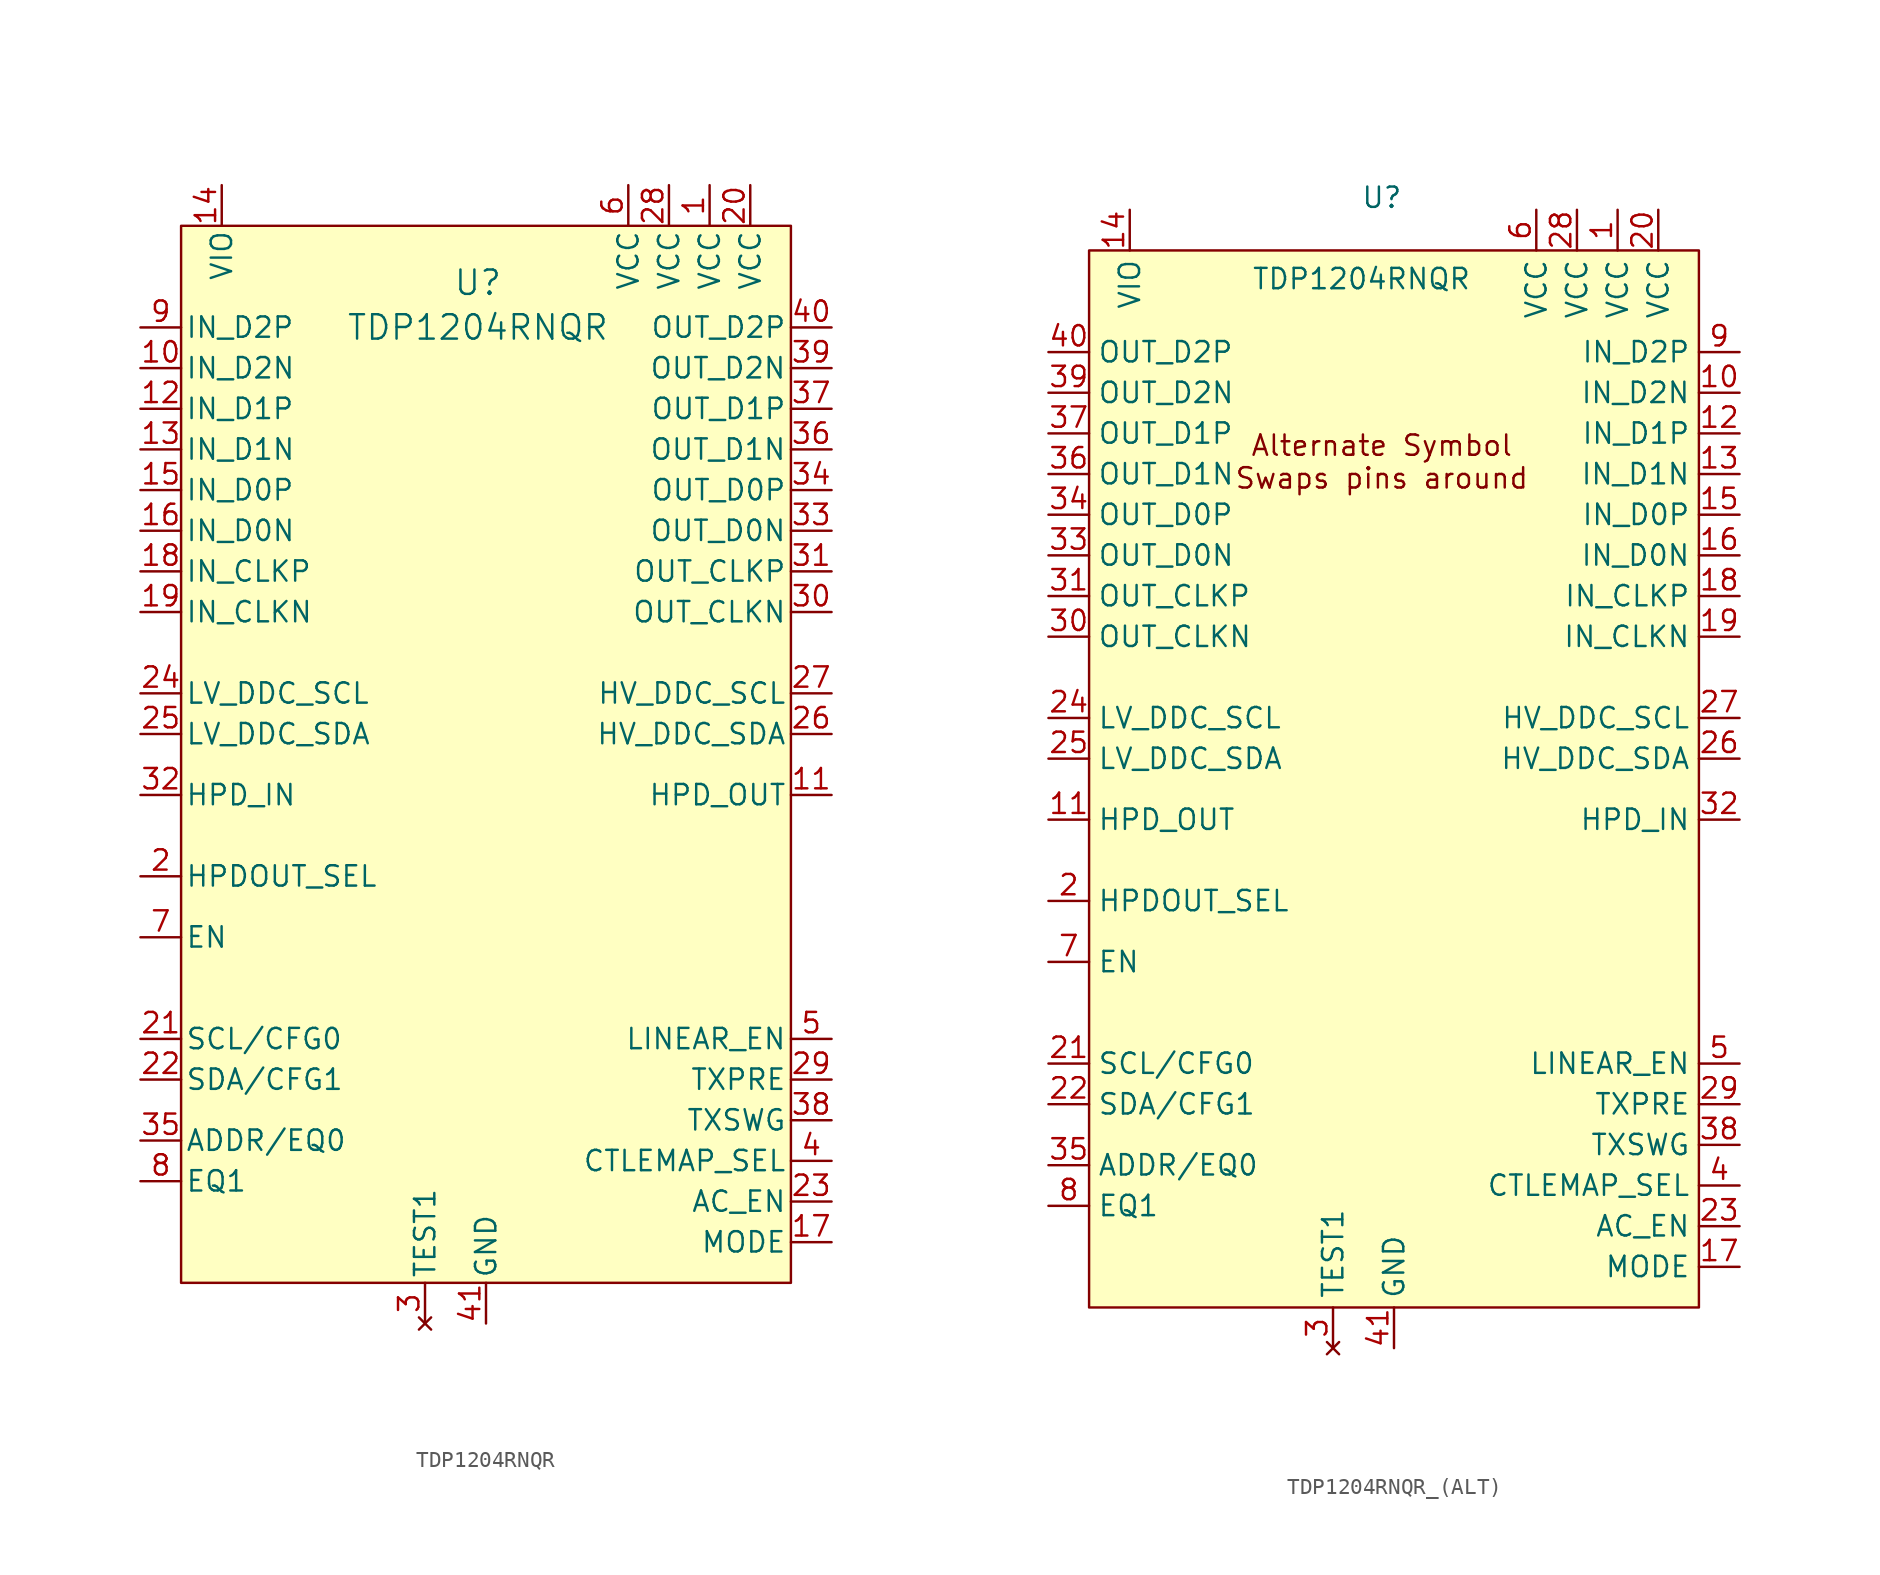
<source format=kicad_sym>
(kicad_symbol_lib
  (version 20241209)
  (generator "kicad_symbol_editor")
  (generator_version "9.0")
  (symbol "TDP1204RNQR"
    (pin_names
      (offset 0.254))
    (property "Reference" "U"
      (at -0.508 1.524 0)
      (effects (font (size 1.524 1.524))))
    (property "Value" "TDP1204RNQR"
      (at -0.508 -1.27 0)
      (effects (font (size 1.524 1.524))))
    (symbol "TDP1204RNQR_0_1"
      (pin input line (at -21.59 -1.27 0) (length 2.54) (name "IN_D2P" (effects (font (size 1.27 1.27)))) (number "9" (effects (font (size 1.27 1.27)))))
      (pin input line (at -21.59 -3.81 0) (length 2.54) (name "IN_D2N" (effects (font (size 1.27 1.27)))) (number "10" (effects (font (size 1.27 1.27)))))
      (pin input line (at -21.59 -6.35 0) (length 2.54) (name "IN_D1P" (effects (font (size 1.27 1.27)))) (number "12" (effects (font (size 1.27 1.27)))))
      (pin input line (at -21.59 -8.89 0) (length 2.54) (name "IN_D1N" (effects (font (size 1.27 1.27)))) (number "13" (effects (font (size 1.27 1.27)))))
      (pin input line (at -21.59 -11.43 0) (length 2.54) (name "IN_D0P" (effects (font (size 1.27 1.27)))) (number "15" (effects (font (size 1.27 1.27)))))
      (pin input line (at -21.59 -13.97 0) (length 2.54) (name "IN_D0N" (effects (font (size 1.27 1.27)))) (number "16" (effects (font (size 1.27 1.27)))))
      (pin input line (at -21.59 -16.51 0) (length 2.54) (name "IN_CLKP" (effects (font (size 1.27 1.27)))) (number "18" (effects (font (size 1.27 1.27)))))
      (pin input line (at -21.59 -19.05 0) (length 2.54) (name "IN_CLKN" (effects (font (size 1.27 1.27)))) (number "19" (effects (font (size 1.27 1.27)))))
      (pin bidirectional line (at -21.59 -24.13 0) (length 2.54) (name "LV_DDC_SCL" (effects (font (size 1.27 1.27)))) (number "24" (effects (font (size 1.27 1.27)))))
      (pin bidirectional line (at -21.59 -26.67 0) (length 2.54) (name "LV_DDC_SDA" (effects (font (size 1.27 1.27)))) (number "25" (effects (font (size 1.27 1.27)))))
      (pin input line (at -21.59 -30.48 0) (length 2.54) (name "HPD_IN" (effects (font (size 1.27 1.27)))) (number "32" (effects (font (size 1.27 1.27)))))
      (pin input line (at -21.59 -35.56 0) (length 2.54) (name "HPDOUT_SEL" (effects (font (size 1.27 1.27)))) (number "2" (effects (font (size 1.27 1.27)))))
      (pin input line (at -21.59 -39.37 0) (length 2.54) (name "EN" (effects (font (size 1.27 1.27)))) (number "7" (effects (font (size 1.27 1.27)))))
      (pin input line (at -21.59 -45.72 0) (length 2.54) (name "SCL/CFG0" (effects (font (size 1.27 1.27)))) (number "21" (effects (font (size 1.27 1.27)))))
      (pin bidirectional line (at -21.59 -48.26 0) (length 2.54) (name "SDA/CFG1" (effects (font (size 1.27 1.27)))) (number "22" (effects (font (size 1.27 1.27)))))
      (pin input line (at -21.59 -52.07 0) (length 2.54) (name "ADDR/EQ0" (effects (font (size 1.27 1.27)))) (number "35" (effects (font (size 1.27 1.27)))))
      (pin input line (at -21.59 -54.61 0) (length 2.54) (name "EQ1" (effects (font (size 1.27 1.27)))) (number "8" (effects (font (size 1.27 1.27)))))
      (pin power_in line (at -16.51 7.62 270) (length 2.54) (name "VIO" (effects (font (size 1.27 1.27)))) (number "14" (effects (font (size 1.27 1.27)))))
      (pin power_in line (at 8.89 7.62 270) (length 2.54) (name "VCC" (effects (font (size 1.27 1.27)))) (number "6" (effects (font (size 1.27 1.27)))))
      (pin power_in line (at 11.43 7.62 270) (length 2.54) (name "VCC" (effects (font (size 1.27 1.27)))) (number "28" (effects (font (size 1.27 1.27)))))
      (pin power_in line (at 13.97 7.62 270) (length 2.54) (name "VCC" (effects (font (size 1.27 1.27)))) (number "1" (effects (font (size 1.27 1.27)))))
      (pin power_in line (at 16.51 7.62 270) (length 2.54) (name "VCC" (effects (font (size 1.27 1.27)))) (number "20" (effects (font (size 1.27 1.27)))))
      (pin output line (at 21.59 -1.27 180) (length 2.54) (name "OUT_D2P" (effects (font (size 1.27 1.27)))) (number "40" (effects (font (size 1.27 1.27)))))
      (pin output line (at 21.59 -3.81 180) (length 2.54) (name "OUT_D2N" (effects (font (size 1.27 1.27)))) (number "39" (effects (font (size 1.27 1.27)))))
      (pin output line (at 21.59 -6.35 180) (length 2.54) (name "OUT_D1P" (effects (font (size 1.27 1.27)))) (number "37" (effects (font (size 1.27 1.27)))))
      (pin output line (at 21.59 -8.89 180) (length 2.54) (name "OUT_D1N" (effects (font (size 1.27 1.27)))) (number "36" (effects (font (size 1.27 1.27)))))
      (pin output line (at 21.59 -11.43 180) (length 2.54) (name "OUT_D0P" (effects (font (size 1.27 1.27)))) (number "34" (effects (font (size 1.27 1.27)))))
      (pin output line (at 21.59 -13.97 180) (length 2.54) (name "OUT_D0N" (effects (font (size 1.27 1.27)))) (number "33" (effects (font (size 1.27 1.27)))))
      (pin output line (at 21.59 -16.51 180) (length 2.54) (name "OUT_CLKP" (effects (font (size 1.27 1.27)))) (number "31" (effects (font (size 1.27 1.27)))))
      (pin output line (at 21.59 -19.05 180) (length 2.54) (name "OUT_CLKN" (effects (font (size 1.27 1.27)))) (number "30" (effects (font (size 1.27 1.27)))))
      (pin bidirectional line (at 21.59 -24.13 180) (length 2.54) (name "HV_DDC_SCL" (effects (font (size 1.27 1.27)))) (number "27" (effects (font (size 1.27 1.27)))))
      (pin bidirectional line (at 21.59 -26.67 180) (length 2.54) (name "HV_DDC_SDA" (effects (font (size 1.27 1.27)))) (number "26" (effects (font (size 1.27 1.27)))))
      (pin output line (at 21.59 -30.48 180) (length 2.54) (name "HPD_OUT" (effects (font (size 1.27 1.27)))) (number "11" (effects (font (size 1.27 1.27)))))
      (pin input line (at 21.59 -45.72 180) (length 2.54) (name "LINEAR_EN" (effects (font (size 1.27 1.27)))) (number "5" (effects (font (size 1.27 1.27)))))
      (pin input line (at 21.59 -48.26 180) (length 2.54) (name "TXPRE" (effects (font (size 1.27 1.27)))) (number "29" (effects (font (size 1.27 1.27)))))
      (pin input line (at 21.59 -50.8 180) (length 2.54) (name "TXSWG" (effects (font (size 1.27 1.27)))) (number "38" (effects (font (size 1.27 1.27)))))
      (pin input line (at 21.59 -53.34 180) (length 2.54) (name "CTLEMAP_SEL" (effects (font (size 1.27 1.27)))) (number "4" (effects (font (size 1.27 1.27)))))
      (pin input line (at 21.59 -55.88 180) (length 2.54) (name "AC_EN" (effects (font (size 1.27 1.27)))) (number "23" (effects (font (size 1.27 1.27)))))
      (pin input line (at 21.59 -58.42 180) (length 2.54) (name "MODE" (effects (font (size 1.27 1.27)))) (number "17" (effects (font (size 1.27 1.27))))))
    (symbol "TDP1204RNQR_1_1"
      (rectangle (start -19.05 5.08) (end 19.05 -60.96) (stroke (width 0) (type solid)) (fill (type background)))
      (pin no_connect line (at -3.81 -63.5 90) (length 2.54) (name "TEST1" (effects (font (size 1.27 1.27)))) (number "3" (effects (font (size 1.27 1.27)))))
      (pin power_in line (at 0 -63.5 90) (length 2.54) (name "GND" (effects (font (size 1.27 1.27)))) (number "41" (effects (font (size 1.27 1.27)))))))
  (symbol "TDP1204RNQR_(ALT)"
    (property "Reference" "U"
      (at -0.762 13.462 0)
      (effects (font (size 1.27 1.27))))
    (property "Value" "TDP1204RNQR"
      (at -2.032 8.382 0)
      (effects (font (size 1.27 1.27))))
    (symbol "TDP1204RNQR_(ALT)_0_1"
      (pin output line (at -21.59 3.81 0) (length 2.54) (name "OUT_D2P" (effects (font (size 1.27 1.27)))) (number "40" (effects (font (size 1.27 1.27)))))
      (pin output line (at -21.59 1.27 0) (length 2.54) (name "OUT_D2N" (effects (font (size 1.27 1.27)))) (number "39" (effects (font (size 1.27 1.27)))))
      (pin output line (at -21.59 -1.27 0) (length 2.54) (name "OUT_D1P" (effects (font (size 1.27 1.27)))) (number "37" (effects (font (size 1.27 1.27)))))
      (pin output line (at -21.59 -3.81 0) (length 2.54) (name "OUT_D1N" (effects (font (size 1.27 1.27)))) (number "36" (effects (font (size 1.27 1.27)))))
      (pin output line (at -21.59 -6.35 0) (length 2.54) (name "OUT_D0P" (effects (font (size 1.27 1.27)))) (number "34" (effects (font (size 1.27 1.27)))))
      (pin output line (at -21.59 -8.89 0) (length 2.54) (name "OUT_D0N" (effects (font (size 1.27 1.27)))) (number "33" (effects (font (size 1.27 1.27)))))
      (pin output line (at -21.59 -11.43 0) (length 2.54) (name "OUT_CLKP" (effects (font (size 1.27 1.27)))) (number "31" (effects (font (size 1.27 1.27)))))
      (pin output line (at -21.59 -13.97 0) (length 2.54) (name "OUT_CLKN" (effects (font (size 1.27 1.27)))) (number "30" (effects (font (size 1.27 1.27)))))
      (pin bidirectional line (at -21.59 -19.05 0) (length 2.54) (name "LV_DDC_SCL" (effects (font (size 1.27 1.27)))) (number "24" (effects (font (size 1.27 1.27)))))
      (pin bidirectional line (at -21.59 -21.59 0) (length 2.54) (name "LV_DDC_SDA" (effects (font (size 1.27 1.27)))) (number "25" (effects (font (size 1.27 1.27)))))
      (pin output line (at -21.59 -25.4 0) (length 2.54) (name "HPD_OUT" (effects (font (size 1.27 1.27)))) (number "11" (effects (font (size 1.27 1.27)))))
      (pin input line (at -21.59 -30.48 0) (length 2.54) (name "HPDOUT_SEL" (effects (font (size 1.27 1.27)))) (number "2" (effects (font (size 1.27 1.27)))))
      (pin input line (at -21.59 -34.29 0) (length 2.54) (name "EN" (effects (font (size 1.27 1.27)))) (number "7" (effects (font (size 1.27 1.27)))))
      (pin input line (at -21.59 -40.64 0) (length 2.54) (name "SCL/CFG0" (effects (font (size 1.27 1.27)))) (number "21" (effects (font (size 1.27 1.27)))))
      (pin bidirectional line (at -21.59 -43.18 0) (length 2.54) (name "SDA/CFG1" (effects (font (size 1.27 1.27)))) (number "22" (effects (font (size 1.27 1.27)))))
      (pin input line (at -21.59 -46.99 0) (length 2.54) (name "ADDR/EQ0" (effects (font (size 1.27 1.27)))) (number "35" (effects (font (size 1.27 1.27)))))
      (pin input line (at -21.59 -49.53 0) (length 2.54) (name "EQ1" (effects (font (size 1.27 1.27)))) (number "8" (effects (font (size 1.27 1.27)))))
      (pin power_in line (at -16.51 12.7 270) (length 2.54) (name "VIO" (effects (font (size 1.27 1.27)))) (number "14" (effects (font (size 1.27 1.27)))))
      (pin power_in line (at 8.89 12.7 270) (length 2.54) (name "VCC" (effects (font (size 1.27 1.27)))) (number "6" (effects (font (size 1.27 1.27)))))
      (pin power_in line (at 11.43 12.7 270) (length 2.54) (name "VCC" (effects (font (size 1.27 1.27)))) (number "28" (effects (font (size 1.27 1.27)))))
      (pin power_in line (at 13.97 12.7 270) (length 2.54) (name "VCC" (effects (font (size 1.27 1.27)))) (number "1" (effects (font (size 1.27 1.27)))))
      (pin power_in line (at 16.51 12.7 270) (length 2.54) (name "VCC" (effects (font (size 1.27 1.27)))) (number "20" (effects (font (size 1.27 1.27)))))
      (pin input line (at 21.59 3.81 180) (length 2.54) (name "IN_D2P" (effects (font (size 1.27 1.27)))) (number "9" (effects (font (size 1.27 1.27)))))
      (pin input line (at 21.59 1.27 180) (length 2.54) (name "IN_D2N" (effects (font (size 1.27 1.27)))) (number "10" (effects (font (size 1.27 1.27)))))
      (pin input line (at 21.59 -1.27 180) (length 2.54) (name "IN_D1P" (effects (font (size 1.27 1.27)))) (number "12" (effects (font (size 1.27 1.27)))))
      (pin input line (at 21.59 -3.81 180) (length 2.54) (name "IN_D1N" (effects (font (size 1.27 1.27)))) (number "13" (effects (font (size 1.27 1.27)))))
      (pin input line (at 21.59 -6.35 180) (length 2.54) (name "IN_D0P" (effects (font (size 1.27 1.27)))) (number "15" (effects (font (size 1.27 1.27)))))
      (pin input line (at 21.59 -8.89 180) (length 2.54) (name "IN_D0N" (effects (font (size 1.27 1.27)))) (number "16" (effects (font (size 1.27 1.27)))))
      (pin input line (at 21.59 -11.43 180) (length 2.54) (name "IN_CLKP" (effects (font (size 1.27 1.27)))) (number "18" (effects (font (size 1.27 1.27)))))
      (pin input line (at 21.59 -13.97 180) (length 2.54) (name "IN_CLKN" (effects (font (size 1.27 1.27)))) (number "19" (effects (font (size 1.27 1.27)))))
      (pin bidirectional line (at 21.59 -19.05 180) (length 2.54) (name "HV_DDC_SCL" (effects (font (size 1.27 1.27)))) (number "27" (effects (font (size 1.27 1.27)))))
      (pin bidirectional line (at 21.59 -21.59 180) (length 2.54) (name "HV_DDC_SDA" (effects (font (size 1.27 1.27)))) (number "26" (effects (font (size 1.27 1.27)))))
      (pin input line (at 21.59 -25.4 180) (length 2.54) (name "HPD_IN" (effects (font (size 1.27 1.27)))) (number "32" (effects (font (size 1.27 1.27)))))
      (pin input line (at 21.59 -40.64 180) (length 2.54) (name "LINEAR_EN" (effects (font (size 1.27 1.27)))) (number "5" (effects (font (size 1.27 1.27)))))
      (pin input line (at 21.59 -43.18 180) (length 2.54) (name "TXPRE" (effects (font (size 1.27 1.27)))) (number "29" (effects (font (size 1.27 1.27)))))
      (pin input line (at 21.59 -45.72 180) (length 2.54) (name "TXSWG" (effects (font (size 1.27 1.27)))) (number "38" (effects (font (size 1.27 1.27)))))
      (pin input line (at 21.59 -48.26 180) (length 2.54) (name "CTLEMAP_SEL" (effects (font (size 1.27 1.27)))) (number "4" (effects (font (size 1.27 1.27)))))
      (pin input line (at 21.59 -50.8 180) (length 2.54) (name "AC_EN" (effects (font (size 1.27 1.27)))) (number "23" (effects (font (size 1.27 1.27)))))
      (pin input line (at 21.59 -53.34 180) (length 2.54) (name "MODE" (effects (font (size 1.27 1.27)))) (number "17" (effects (font (size 1.27 1.27))))))
    (symbol "TDP1204RNQR_(ALT)_1_1"
      (rectangle (start -19.05 10.16) (end 19.05 -55.88) (stroke (width 0) (type solid)) (fill (type background)))
      (text "Alternate Symbol\nSwaps pins around" (at -0.762 -3.048 0) (effects (font (size 1.27 1.27))))
      (pin no_connect line (at -3.81 -58.42 90) (length 2.54) (name "TEST1" (effects (font (size 1.27 1.27)))) (number "3" (effects (font (size 1.27 1.27)))))
      (pin power_in line (at 0 -58.42 90) (length 2.54) (name "GND" (effects (font (size 1.27 1.27)))) (number "41" (effects (font (size 1.27 1.27))))))))
</source>
